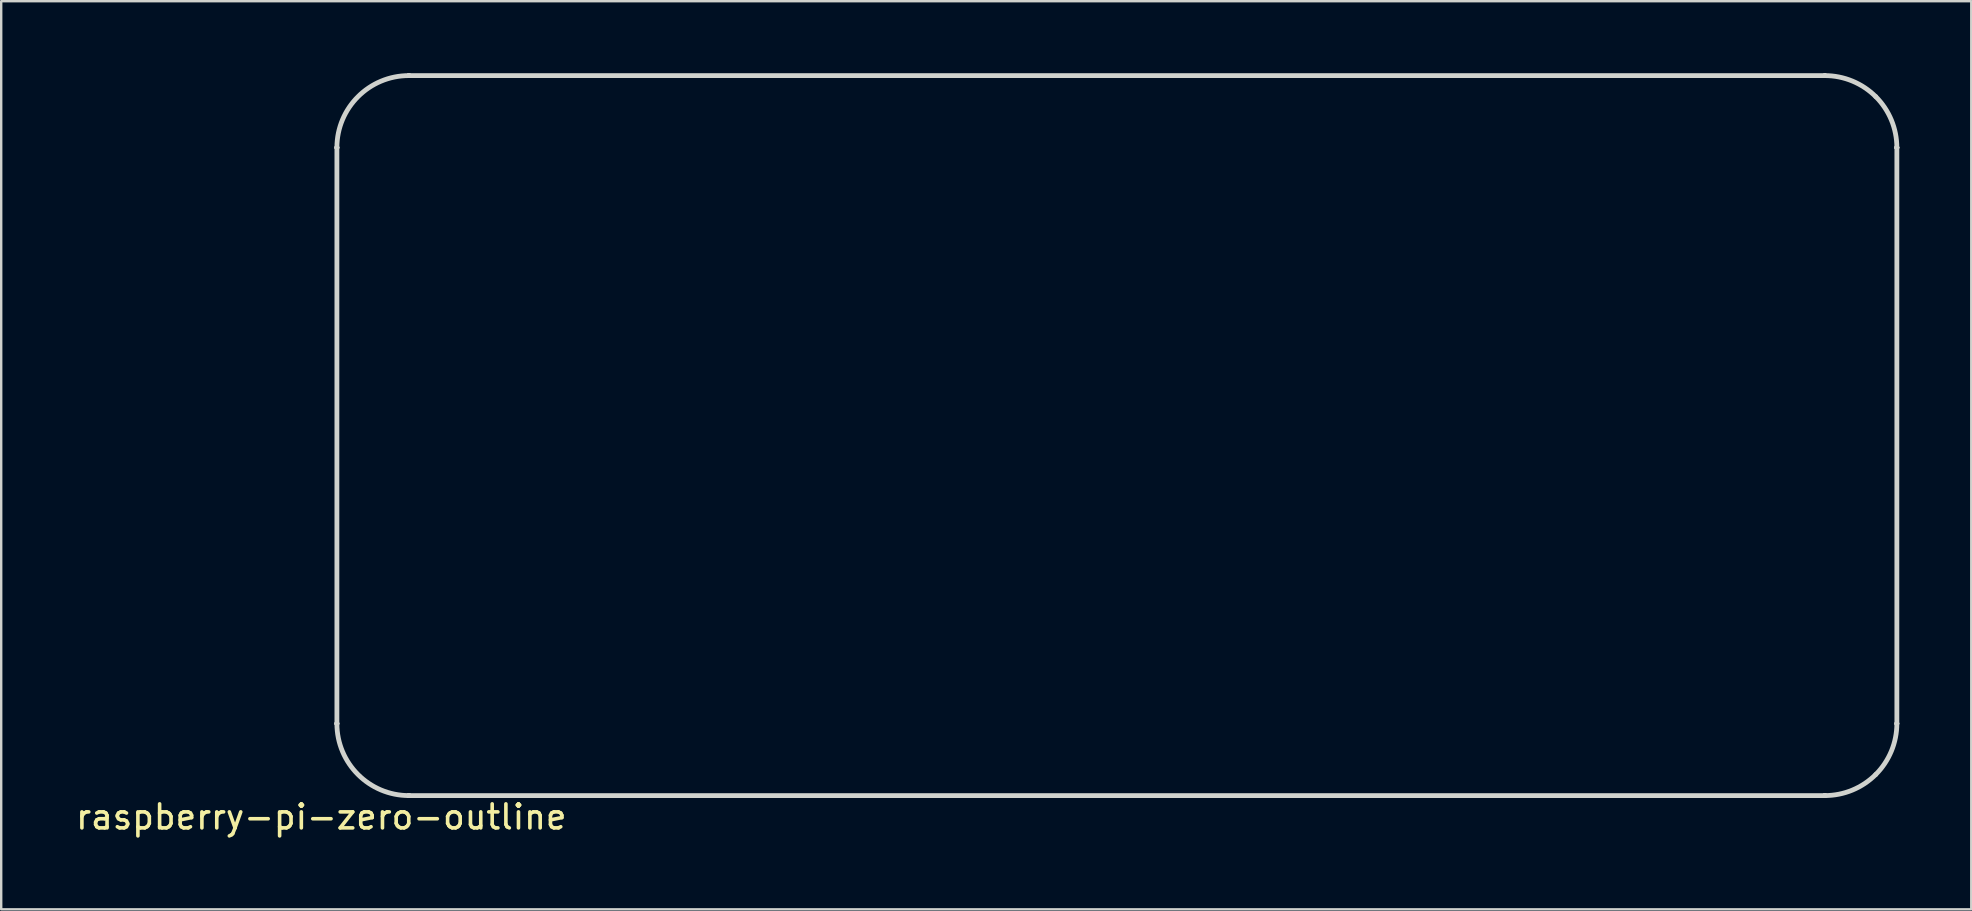
<source format=kicad_pcb>
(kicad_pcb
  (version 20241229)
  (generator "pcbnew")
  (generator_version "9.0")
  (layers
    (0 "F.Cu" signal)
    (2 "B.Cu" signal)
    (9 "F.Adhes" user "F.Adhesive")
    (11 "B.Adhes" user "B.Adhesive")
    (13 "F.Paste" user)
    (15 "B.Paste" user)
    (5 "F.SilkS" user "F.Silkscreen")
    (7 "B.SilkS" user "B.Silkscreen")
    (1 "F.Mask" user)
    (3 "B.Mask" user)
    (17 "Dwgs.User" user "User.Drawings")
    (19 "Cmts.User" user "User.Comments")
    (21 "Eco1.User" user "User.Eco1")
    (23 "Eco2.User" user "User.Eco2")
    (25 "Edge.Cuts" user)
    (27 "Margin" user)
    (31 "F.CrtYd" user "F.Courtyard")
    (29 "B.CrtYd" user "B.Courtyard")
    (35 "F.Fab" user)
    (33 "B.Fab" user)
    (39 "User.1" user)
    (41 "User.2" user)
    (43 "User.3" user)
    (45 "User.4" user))
  (footprint "raspberry-pi-zero-outline"
    (layer "F.Cu")
    (at 10.339 30.491)
    (property "Reference" "raspberry-pi-zero-outline" (at 0 0.5 0) (layer "F.SilkS") (effects (font (size 1 1) (thickness 0.15))))
    (attr through_hole)
    (fp_line (start 0.649 -27.391) (end 0.649 -27.391) (stroke (width 0.2) (type solid)) (layer "Edge.Cuts"))
    (fp_line (start 0.649 -27.391) (end 0.649 -27.391) (stroke (width 0.2) (type solid)) (layer "Edge.Cuts"))
    (fp_line (start 0.649 -3.391) (end 0.649 -27.391) (stroke (width 0.2) (type solid)) (layer "Edge.Cuts"))
    (fp_line (start 0.649 -3.391) (end 0.649 -3.391) (stroke (width 0.2) (type solid)) (layer "Edge.Cuts"))
    (fp_line (start 0.649 -3.391) (end 0.649 -3.391) (stroke (width 0.2) (type solid)) (layer "Edge.Cuts"))
    (fp_line (start 3.649 -30.391) (end 3.649 -30.391) (stroke (width 0.2) (type solid)) (layer "Edge.Cuts"))
    (fp_line (start 3.649 -30.391) (end 3.649 -30.391) (stroke (width 0.2) (type solid)) (layer "Edge.Cuts"))
    (fp_line (start 3.649 -30.391) (end 3.649 -30.391) (stroke (width 0.2) (type solid)) (layer "Edge.Cuts"))
    (fp_line (start 3.649 -30.391) (end 3.649 -30.391) (stroke (width 0.2) (type solid)) (layer "Edge.Cuts"))
    (fp_line (start 3.649 -0.391) (end 3.649 -0.391) (stroke (width 0.2) (type solid)) (layer "Edge.Cuts"))
    (fp_line (start 3.649 -0.391) (end 3.649 -0.391) (stroke (width 0.2) (type solid)) (layer "Edge.Cuts"))
    (fp_line (start 3.649 -0.391) (end 3.649 -0.391) (stroke (width 0.2) (type solid)) (layer "Edge.Cuts"))
    (fp_line (start 3.649 -0.391) (end 3.649 -0.391) (stroke (width 0.2) (type solid)) (layer "Edge.Cuts"))
    (fp_line (start 62.649 -30.391) (end 3.649 -30.391) (stroke (width 0.2) (type solid)) (layer "Edge.Cuts"))
    (fp_line (start 62.649 -30.391) (end 62.649 -30.391) (stroke (width 0.2) (type solid)) (layer "Edge.Cuts"))
    (fp_line (start 62.649 -0.391) (end 3.649 -0.391) (stroke (width 0.2) (type solid)) (layer "Edge.Cuts"))
    (fp_line (start 62.649 -0.391) (end 62.649 -0.391) (stroke (width 0.2) (type solid)) (layer "Edge.Cuts"))
    (fp_line (start 62.649 -0.391) (end 62.649 -0.391) (stroke (width 0.2) (type solid)) (layer "Edge.Cuts"))
    (fp_line (start 62.649 -0.391) (end 62.649 -0.391) (stroke (width 0.2) (type solid)) (layer "Edge.Cuts"))
    (fp_line (start 62.649 -0.391) (end 62.649 -0.391) (stroke (width 0.2) (type solid)) (layer "Edge.Cuts"))
    (fp_line (start 65.649 -27.391) (end 65.649 -27.391) (stroke (width 0.2) (type solid)) (layer "Edge.Cuts"))
    (fp_line (start 65.649 -27.391) (end 65.649 -27.391) (stroke (width 0.2) (type solid)) (layer "Edge.Cuts"))
    (fp_line (start 65.649 -27.391) (end 65.649 -27.391) (stroke (width 0.2) (type solid)) (layer "Edge.Cuts"))
    (fp_line (start 65.649 -27.391) (end 65.649 -27.391) (stroke (width 0.2) (type solid)) (layer "Edge.Cuts"))
    (fp_line (start 65.649 -27.391) (end 65.649 -3.391) (stroke (width 0.2) (type solid)) (layer "Edge.Cuts"))
    (fp_line (start 65.649 -3.391) (end 65.649 -3.391) (stroke (width 0.2) (type solid)) (layer "Edge.Cuts"))
    (fp_curve (pts (xy 0.649 -27.391) (xy 0.649 -27.391) (xy 0.649 -27.391) (xy 0.649 -27.391)) (stroke (width 0.2) (type solid)) (layer "Edge.Cuts"))
    (fp_curve (pts (xy 0.649 -3.391) (xy 0.649 -3.391) (xy 0.649 -3.391) (xy 0.649 -3.391)) (stroke (width 0.2) (type solid)) (layer "Edge.Cuts"))
    (fp_curve (pts (xy 3.649 -30.391) (xy 1.992 -30.391) (xy 0.649 -29.048) (xy 0.649 -27.391)) (stroke (width 0.2) (type solid)) (layer "Edge.Cuts"))
    (fp_curve (pts (xy 3.649 -0.391) (xy 1.992 -0.391) (xy 0.649 -1.734) (xy 0.649 -3.391)) (stroke (width 0.2) (type solid)) (layer "Edge.Cuts"))
    (fp_curve (pts (xy 62.649 -30.391) (xy 62.649 -30.391) (xy 62.649 -30.391) (xy 62.649 -30.391)) (stroke (width 0.2) (type solid)) (layer "Edge.Cuts"))
    (fp_curve (pts (xy 62.649 -0.391) (xy 63.444 -0.391) (xy 64.207 -0.707) (xy 64.77 -1.27)) (stroke (width 0.2) (type solid)) (layer "Edge.Cuts"))
    (fp_curve (pts (xy 64.77 -29.513) (xy 64.207 -30.075) (xy 63.444 -30.391) (xy 62.649 -30.391)) (stroke (width 0.2) (type solid)) (layer "Edge.Cuts"))
    (fp_curve (pts (xy 64.77 -1.27) (xy 65.333 -1.833) (xy 65.649 -2.596) (xy 65.649 -3.391)) (stroke (width 0.2) (type solid)) (layer "Edge.Cuts"))
    (fp_curve (pts (xy 65.649 -27.391) (xy 65.649 -28.187) (xy 65.333 -28.95) (xy 64.77 -29.513)) (stroke (width 0.2) (type solid)) (layer "Edge.Cuts"))
    (fp_curve (pts (xy 65.649 -3.391) (xy 65.649 -3.391) (xy 65.649 -3.391) (xy 65.649 -3.391)) (stroke (width 0.2) (type solid)) (layer "Edge.Cuts")))
  (gr_rect
    (start -3 -3)
    (end 79.088 34.84)
    (stroke (width 0.1) (type default))
    (fill no)
    (layer "Edge.Cuts")))
</source>
